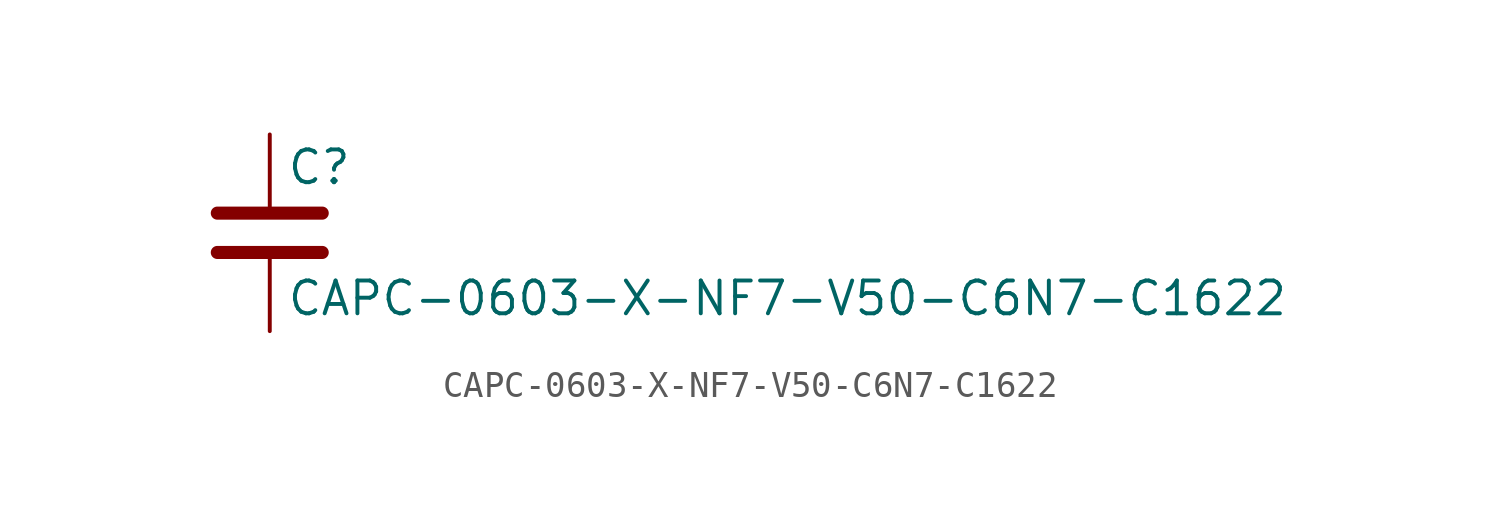
<source format=kicad_sym>
(kicad_symbol_lib
  (version 20211014)
  (generator kicad_symbol_editor)
  (symbol "CAPC-0603-X-NF7-V50-C6N7-C1622"
    (pin_numbers hide)
    (pin_names
      (offset 0.254))
    (property "Reference" "C"
      (at 0.635 2.54 0)
      (effects (font (size 1.27 1.27)) (justify left)))
    (property "Value" "CAPC-0603-X-NF7-V50-C6N7-C1622"
      (at 0.635 -2.54 0)
      (effects (font (size 1.27 1.27)) (justify left)))
    (symbol "CAPC-0603-X-NF7-V50-C6N7-C1622_0_1"
      (polyline (pts (xy -2.032 -0.762) (xy 2.032 -0.762)) (stroke (width 0.508) (type default) (color 0 0 0 0)) (fill (type none)))
      (polyline (pts (xy -2.032 0.762) (xy 2.032 0.762)) (stroke (width 0.508) (type default) (color 0 0 0 0)) (fill (type none))))
    (symbol "CAPC-0603-X-NF7-V50-C6N7-C1622_1_1"
      (pin passive line (at 0 3.81 270) (length 2.794) (name "~" (effects (font (size 1.27 1.27)))) (number "1" (effects (font (size 1.27 1.27)))))
      (pin passive line (at 0 -3.81 90) (length 2.794) (name "~" (effects (font (size 1.27 1.27)))) (number "2" (effects (font (size 1.27 1.27))))))))
</source>
